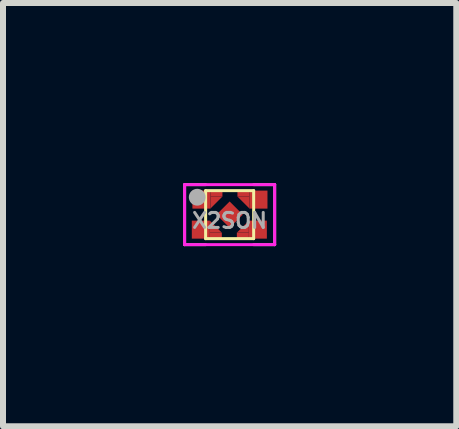
<source format=kicad_pcb>
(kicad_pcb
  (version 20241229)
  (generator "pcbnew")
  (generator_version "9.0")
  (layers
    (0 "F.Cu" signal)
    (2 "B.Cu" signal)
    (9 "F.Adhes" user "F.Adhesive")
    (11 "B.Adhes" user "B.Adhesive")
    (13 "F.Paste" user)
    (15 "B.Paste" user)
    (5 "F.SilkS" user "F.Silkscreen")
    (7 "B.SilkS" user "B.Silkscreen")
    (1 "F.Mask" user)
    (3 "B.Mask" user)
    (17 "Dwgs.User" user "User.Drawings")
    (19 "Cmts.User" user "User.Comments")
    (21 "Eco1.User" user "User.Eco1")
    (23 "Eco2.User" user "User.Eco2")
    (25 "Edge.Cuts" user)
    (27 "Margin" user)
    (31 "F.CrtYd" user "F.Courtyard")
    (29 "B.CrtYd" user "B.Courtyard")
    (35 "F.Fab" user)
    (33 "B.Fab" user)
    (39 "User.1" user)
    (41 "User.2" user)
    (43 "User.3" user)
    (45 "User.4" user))
  (footprint "X2SON"
    (layer "F.Cu")
    (at 0.775 0.525)
    (property "Reference" "X2SON" (at 0 0.1 180) (layer "F.Fab") (effects (font (size 0.25 0.25) (thickness 0.05))))
    (attr smd)
    (fp_line (start -0.4 -0.4) (end 0.4 -0.4) (stroke (width 0.05) (type solid)) (layer "F.SilkS"))
    (fp_line (start -0.4 0.4) (end -0.4 -0.4) (stroke (width 0.05) (type solid)) (layer "F.SilkS"))
    (fp_line (start -0.4 0.4) (end 0.4 0.4) (stroke (width 0.05) (type solid)) (layer "F.SilkS"))
    (fp_line (start 0.4 0.4) (end 0.4 -0.4) (stroke (width 0.05) (type solid)) (layer "F.SilkS"))
    (fp_line (start -0.75 0.5) (end -0.75 -0.5) (stroke (width 0.05) (type solid)) (layer "F.CrtYd"))
    (fp_line (start 0.75 -0.5) (end -0.75 -0.5) (stroke (width 0.05) (type solid)) (layer "F.CrtYd"))
    (fp_line (start 0.75 0.5) (end -0.75 0.5) (stroke (width 0.05) (type solid)) (layer "F.CrtYd"))
    (fp_line (start 0.75 0.5) (end 0.75 -0.5) (stroke (width 0.05) (type solid)) (layer "F.CrtYd"))
    (fp_line (start -0.75 0.5) (end -0.75 -0.5) (stroke (width 0.05) (type solid)) (layer "F.Fab"))
    (fp_line (start -0.4 -0.5) (end -0.75 -0.5) (stroke (width 0.05) (type solid)) (layer "F.Fab"))
    (fp_line (start -0.4 0.5) (end -0.75 0.5) (stroke (width 0.05) (type solid)) (layer "F.Fab"))
    (fp_line (start 0.75 -0.5) (end 0.4 -0.5) (stroke (width 0.05) (type solid)) (layer "F.Fab"))
    (fp_line (start 0.75 0.5) (end 0.4 0.5) (stroke (width 0.05) (type solid)) (layer "F.Fab"))
    (fp_line (start 0.75 0.5) (end 0.75 -0.5) (stroke (width 0.05) (type solid)) (layer "F.Fab"))
    (fp_circle (center -0.54 -0.29) (end -0.47 -0.29) (stroke (width 0.14) (type solid)) (fill no) (layer "F.Fab"))
    (pad "1" smd rect (at -0.47 -0.25 270) (size 0.3 0.3) (layers "F.Cu" "F.Mask" "F.Paste"))
    (pad "1" smd trapezoid (at -0.27 -0.25 225) (size 0.14 0.14) (rect_delta 0 -0.14) (layers "F.Cu" "F.Mask" "F.Paste"))
    (pad "1" smd rect (at -0.22 -0.35 270) (size 0.1 0.2) (layers "F.Cu" "F.Mask" "F.Paste"))
    (pad "2" smd rect (at -0.48 0.25 90) (size 0.3 0.3) (layers "F.Cu" "F.Mask" "F.Paste"))
    (pad "2" smd trapezoid (at -0.28 0.25 315) (size 0.14 0.14) (rect_delta 0 -0.14) (layers "F.Cu" "F.Mask" "F.Paste"))
    (pad "2" smd rect (at -0.23 0.35 90) (size 0.1 0.2) (layers "F.Cu" "F.Mask" "F.Paste"))
    (pad "3" smd rect (at 0 0 135) (size 0.31 0.31) (layers "F.Cu" "F.Mask" "F.Paste"))
    (pad "4" smd rect (at 0.22 0.35 90) (size 0.1 0.2) (layers "F.Cu" "F.Mask" "F.Paste"))
    (pad "4" smd trapezoid (at 0.27 0.25 45) (size 0.14 0.14) (rect_delta 0 -0.14) (layers "F.Cu" "F.Mask" "F.Paste"))
    (pad "4" smd rect (at 0.47 0.25 90) (size 0.3 0.3) (layers "F.Cu" "F.Mask" "F.Paste"))
    (pad "5" smd rect (at 0.23 -0.35 270) (size 0.1 0.2) (layers "F.Cu" "F.Mask" "F.Paste"))
    (pad "5" smd trapezoid (at 0.28 -0.25 135) (size 0.14 0.14) (rect_delta 0 -0.14) (layers "F.Cu" "F.Mask" "F.Paste"))
    (pad "5" smd rect (at 0.48 -0.25 270) (size 0.3 0.3) (layers "F.Cu" "F.Mask" "F.Paste")))
  (gr_rect
    (start -3 -3)
    (end 4.55 4.05)
    (stroke (width 0.1) (type default))
    (fill no)
    (layer "Edge.Cuts")))
</source>
